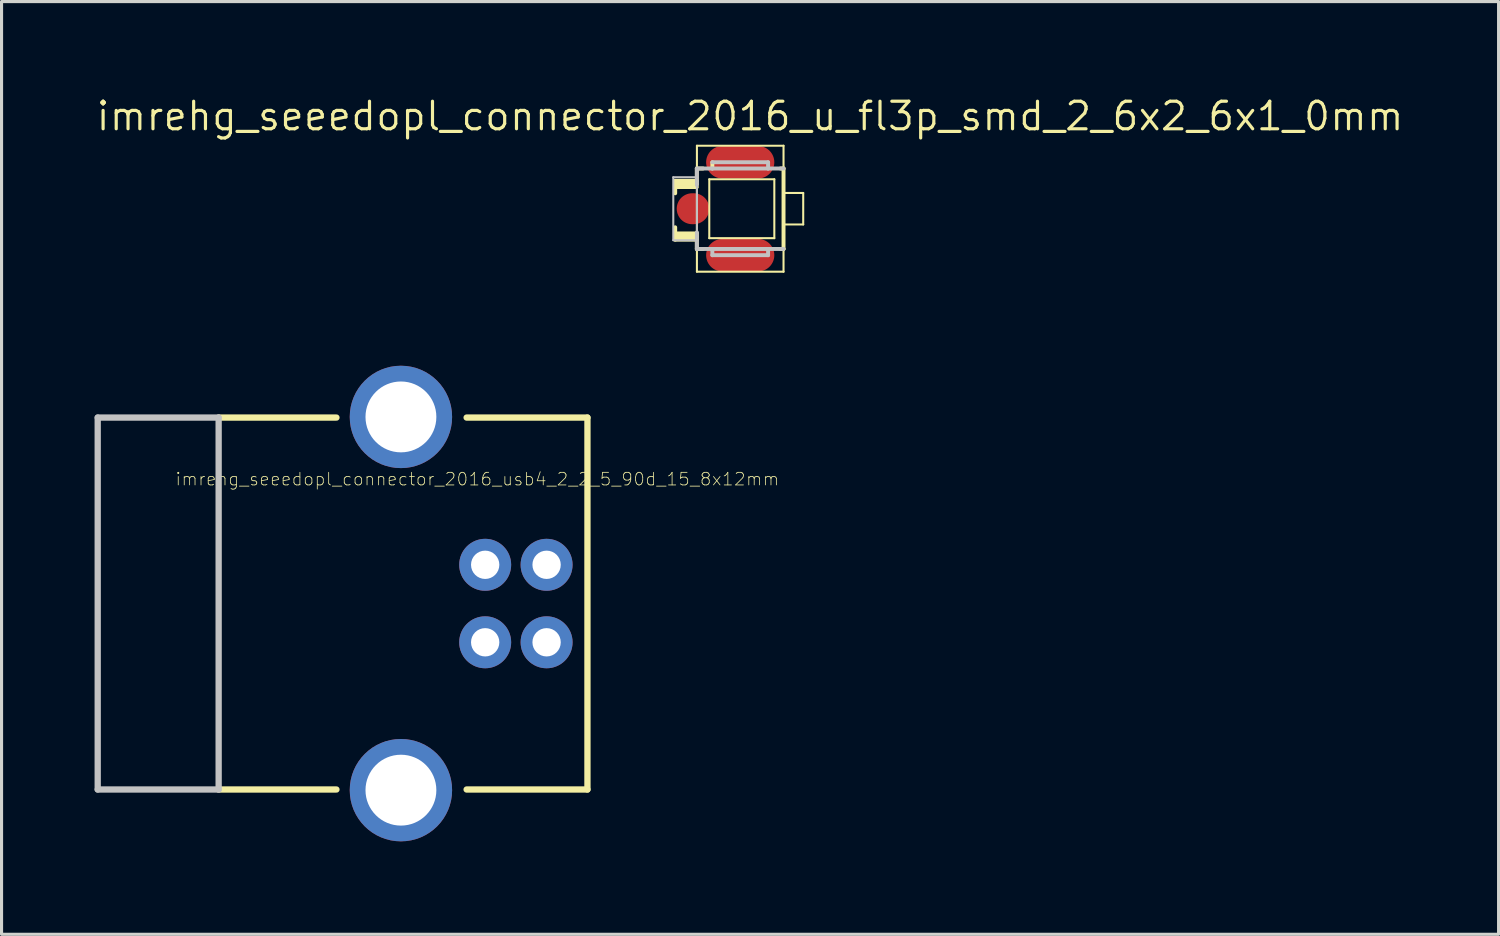
<source format=kicad_pcb>
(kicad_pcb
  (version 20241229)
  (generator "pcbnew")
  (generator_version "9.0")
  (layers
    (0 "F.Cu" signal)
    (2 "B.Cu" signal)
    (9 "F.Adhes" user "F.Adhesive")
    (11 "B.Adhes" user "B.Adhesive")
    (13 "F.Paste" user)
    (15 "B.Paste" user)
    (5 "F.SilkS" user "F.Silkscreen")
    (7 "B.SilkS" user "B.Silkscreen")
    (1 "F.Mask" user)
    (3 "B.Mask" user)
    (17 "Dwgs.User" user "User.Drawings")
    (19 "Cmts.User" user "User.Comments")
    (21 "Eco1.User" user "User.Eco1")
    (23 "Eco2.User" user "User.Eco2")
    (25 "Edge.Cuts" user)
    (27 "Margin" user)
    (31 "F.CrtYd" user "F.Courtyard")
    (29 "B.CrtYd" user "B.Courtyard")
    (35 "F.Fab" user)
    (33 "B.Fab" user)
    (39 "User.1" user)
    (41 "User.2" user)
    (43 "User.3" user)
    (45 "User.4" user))
  (footprint "imrehg_seeedopl_connector_2016_u_fl3p_smd_2_6x2_6x1_0mm"
    (layer "F.Cu")
    (at 20.828 3.683)
    (property "Reference" "imrehg_seeedopl_connector_2016_u_fl3p_smd_2_6x2_6x1_0mm" (at 0.318 -2.985 0) (layer "F.SilkS") (effects (font (size 0.889 0.889) (thickness 0.102))))
    (attr smd)
    (fp_line (start -2.098 -0.899) (end -2.098 -0.798) (stroke (width 0.127) (type solid)) (layer "F.SilkS"))
    (fp_line (start -2.098 -0.798) (end -2.098 -0.699) (stroke (width 0.127) (type solid)) (layer "F.SilkS"))
    (fp_line (start -2.098 -0.699) (end -2.098 -0.498) (stroke (width 0.127) (type solid)) (layer "F.SilkS"))
    (fp_line (start -2.098 -0.699) (end -1.4 -0.699) (stroke (width 0.127) (type solid)) (layer "F.SilkS"))
    (fp_line (start -2.098 0.599) (end -2.098 0.798) (stroke (width 0.127) (type solid)) (layer "F.SilkS"))
    (fp_line (start -2.098 0.798) (end -2.098 0.899) (stroke (width 0.127) (type solid)) (layer "F.SilkS"))
    (fp_line (start -2.098 0.899) (end -2.098 0.998) (stroke (width 0.127) (type solid)) (layer "F.SilkS"))
    (fp_line (start -2.098 0.899) (end -1.4 0.899) (stroke (width 0.127) (type solid)) (layer "F.SilkS"))
    (fp_line (start -2.098 0.998) (end -1.4 0.998) (stroke (width 0.127) (type solid)) (layer "F.SilkS"))
    (fp_line (start -1.4 -1.298) (end -1.4 -0.899) (stroke (width 0.127) (type solid)) (layer "F.SilkS"))
    (fp_line (start -1.4 -0.899) (end -2.098 -0.899) (stroke (width 0.127) (type solid)) (layer "F.SilkS"))
    (fp_line (start -1.4 -0.899) (end -1.4 -0.798) (stroke (width 0.127) (type solid)) (layer "F.SilkS"))
    (fp_line (start -1.4 -0.798) (end -2.098 -0.798) (stroke (width 0.127) (type solid)) (layer "F.SilkS"))
    (fp_line (start -1.4 0.798) (end -2.098 0.798) (stroke (width 0.127) (type solid)) (layer "F.SilkS"))
    (fp_line (start -1.4 0.899) (end -1.4 0.798) (stroke (width 0.127) (type solid)) (layer "F.SilkS"))
    (fp_line (start -1.4 0.998) (end -1.4 0.899) (stroke (width 0.127) (type solid)) (layer "F.SilkS"))
    (fp_line (start -1.4 0.998) (end -1.4 1.298) (stroke (width 0.127) (type solid)) (layer "F.SilkS"))
    (fp_line (start -1.4 1.298) (end -1.199 1.298) (stroke (width 0.127) (type solid)) (layer "F.SilkS"))
    (fp_line (start -1.397 -2.032) (end 1.397 -2.032) (stroke (width 0.066) (type solid)) (layer "F.SilkS"))
    (fp_line (start -1.397 2.032) (end -1.397 -2.032) (stroke (width 0.066) (type solid)) (layer "F.SilkS"))
    (fp_line (start -1.397 2.032) (end 1.397 2.032) (stroke (width 0.066) (type solid)) (layer "F.SilkS"))
    (fp_line (start -1.199 -1.298) (end -1.4 -1.298) (stroke (width 0.127) (type solid)) (layer "F.SilkS"))
    (fp_line (start -0.998 -0.95) (end 1.1 -0.95) (stroke (width 0.066) (type solid)) (layer "F.SilkS"))
    (fp_line (start -0.998 0.95) (end -0.998 -0.95) (stroke (width 0.066) (type solid)) (layer "F.SilkS"))
    (fp_line (start -0.998 0.95) (end 1.1 0.95) (stroke (width 0.066) (type solid)) (layer "F.SilkS"))
    (fp_line (start -0.899 -1.298) (end -0.899 -1.499) (stroke (width 0.127) (type solid)) (layer "F.SilkS"))
    (fp_line (start 1.1 0.95) (end 1.1 -0.95) (stroke (width 0.066) (type solid)) (layer "F.SilkS"))
    (fp_line (start 1.397 -1.298) (end 1.397 1.298) (stroke (width 0.127) (type solid)) (layer "F.SilkS"))
    (fp_line (start 1.397 -0.508) (end 2.032 -0.508) (stroke (width 0.066) (type solid)) (layer "F.SilkS"))
    (fp_line (start 1.397 0.508) (end 1.397 -0.508) (stroke (width 0.066) (type solid)) (layer "F.SilkS"))
    (fp_line (start 1.397 0.508) (end 2.032 0.508) (stroke (width 0.066) (type solid)) (layer "F.SilkS"))
    (fp_line (start 1.397 2.032) (end 1.397 -2.032) (stroke (width 0.066) (type solid)) (layer "F.SilkS"))
    (fp_line (start 1.4 -1.298) (end 1.298 -1.298) (stroke (width 0.127) (type solid)) (layer "F.SilkS"))
    (fp_line (start 1.4 1.298) (end 1.298 1.298) (stroke (width 0.127) (type solid)) (layer "F.SilkS"))
    (fp_line (start 2.032 0.508) (end 2.032 -0.508) (stroke (width 0.066) (type solid)) (layer "F.SilkS"))
    (fp_line (start -2.159 -1.016) (end -1.397 -1.016) (stroke (width 0.066) (type solid)) (layer "Dwgs.User"))
    (fp_line (start -2.159 1.016) (end -2.159 -1.016) (stroke (width 0.066) (type solid)) (layer "Dwgs.User"))
    (fp_line (start -2.159 1.016) (end -1.397 1.016) (stroke (width 0.066) (type solid)) (layer "Dwgs.User"))
    (fp_line (start -1.397 -1.298) (end -1.397 -0.762) (stroke (width 0.127) (type solid)) (layer "Dwgs.User"))
    (fp_line (start -1.397 -1.298) (end -0.899 -1.298) (stroke (width 0.127) (type solid)) (layer "Dwgs.User"))
    (fp_line (start -1.397 1.016) (end -1.397 -1.016) (stroke (width 0.066) (type solid)) (layer "Dwgs.User"))
    (fp_line (start -1.397 1.298) (end -1.397 0.762) (stroke (width 0.127) (type solid)) (layer "Dwgs.User"))
    (fp_line (start -0.899 -1.499) (end 0.899 -1.499) (stroke (width 0.127) (type solid)) (layer "Dwgs.User"))
    (fp_line (start -0.899 -1.298) (end 0.899 -1.298) (stroke (width 0.127) (type solid)) (layer "Dwgs.User"))
    (fp_line (start -0.899 1.298) (end -1.397 1.298) (stroke (width 0.127) (type solid)) (layer "Dwgs.User"))
    (fp_line (start -0.899 1.499) (end -0.899 1.298) (stroke (width 0.127) (type solid)) (layer "Dwgs.User"))
    (fp_line (start 0.899 -1.499) (end 0.899 -1.298) (stroke (width 0.127) (type solid)) (layer "Dwgs.User"))
    (fp_line (start 0.899 -1.298) (end 1.397 -1.298) (stroke (width 0.127) (type solid)) (layer "Dwgs.User"))
    (fp_line (start 0.899 1.298) (end -0.899 1.298) (stroke (width 0.127) (type solid)) (layer "Dwgs.User"))
    (fp_line (start 0.899 1.298) (end 0.899 1.499) (stroke (width 0.127) (type solid)) (layer "Dwgs.User"))
    (fp_line (start 0.899 1.499) (end -0.899 1.499) (stroke (width 0.127) (type solid)) (layer "Dwgs.User"))
    (fp_line (start 1.397 1.298) (end 0.899 1.298) (stroke (width 0.127) (type solid)) (layer "Dwgs.User"))
    (pad "D" smd oval (at -1.524 0 180) (size 1.049 0.998) (layers "F.Cu" "F.Mask" "F.Paste"))
    (pad "GND1" smd oval (at 0 -1.499) (size 2.2 1.049) (layers "F.Cu" "F.Mask" "F.Paste"))
    (pad "GND2" smd oval (at 0 1.499) (size 2.2 1.049) (layers "F.Cu" "F.Mask" "F.Paste")))
  (footprint "imrehg_seeedopl_connector_2016_usb4_2_2_5_90d_15_8x12mm"
    (layer "F.Cu")
    (at 12.601 16.419)
    (property "Reference" "imrehg_seeedopl_connector_2016_usb4_2_2_5_90d_15_8x12mm" (at -0.254 -4.013 0) (layer "F.SilkS") (effects (font (size 0.406 0.406) (thickness 0.025))))
    (attr exclude_from_pos_files exclude_from_bom)
    (fp_line (start -8.598 -5.999) (end -4.798 -5.999) (stroke (width 0.203) (type solid)) (layer "F.SilkS"))
    (fp_line (start -8.598 5.999) (end -4.798 5.999) (stroke (width 0.203) (type solid)) (layer "F.SilkS"))
    (fp_line (start -0.599 5.999) (end 3.299 5.999) (stroke (width 0.203) (type solid)) (layer "F.SilkS"))
    (fp_line (start 3.299 -5.999) (end -0.599 -5.999) (stroke (width 0.203) (type solid)) (layer "F.SilkS"))
    (fp_line (start 3.299 5.999) (end 3.299 -5.999) (stroke (width 0.203) (type solid)) (layer "F.SilkS"))
    (fp_line (start -12.499 -5.999) (end -8.598 -5.999) (stroke (width 0.203) (type solid)) (layer "Dwgs.User"))
    (fp_line (start -12.499 5.999) (end -12.499 -5.999) (stroke (width 0.203) (type solid)) (layer "Dwgs.User"))
    (fp_line (start -8.598 -5.999) (end -8.598 5.999) (stroke (width 0.203) (type solid)) (layer "Dwgs.User"))
    (fp_line (start -8.598 5.999) (end -12.499 5.999) (stroke (width 0.203) (type solid)) (layer "Dwgs.User"))
    (pad "D+" thru_hole circle (at 0 -1.25) (size 1.676 1.676) (drill 0.914) (layers "*.Cu" "*.Paste" "*.Mask"))
    (pad "D-" thru_hole circle (at 1.981 -1.25) (size 1.676 1.676) (drill 0.914) (layers "*.Cu" "*.Paste" "*.Mask"))
    (pad "GND" thru_hole circle (at 0 1.25) (size 1.676 1.676) (drill 0.914) (layers "*.Cu" "*.Paste" "*.Mask"))
    (pad "S1" thru_hole circle (at -2.718 6.02) (size 3.302 3.302) (drill 2.286) (layers "*.Cu" "*.Paste" "*.Mask"))
    (pad "S2" thru_hole circle (at -2.718 -6.02) (size 3.302 3.302) (drill 2.286) (layers "*.Cu" "*.Paste" "*.Mask"))
    (pad "VBUS" thru_hole circle (at 1.981 1.25) (size 1.676 1.676) (drill 0.914) (layers "*.Cu" "*.Paste" "*.Mask")))
  (gr_rect
    (start -3 -3)
    (end 45.291 27.089)
    (stroke (width 0.1) (type default))
    (fill no)
    (layer "Edge.Cuts")))
</source>
